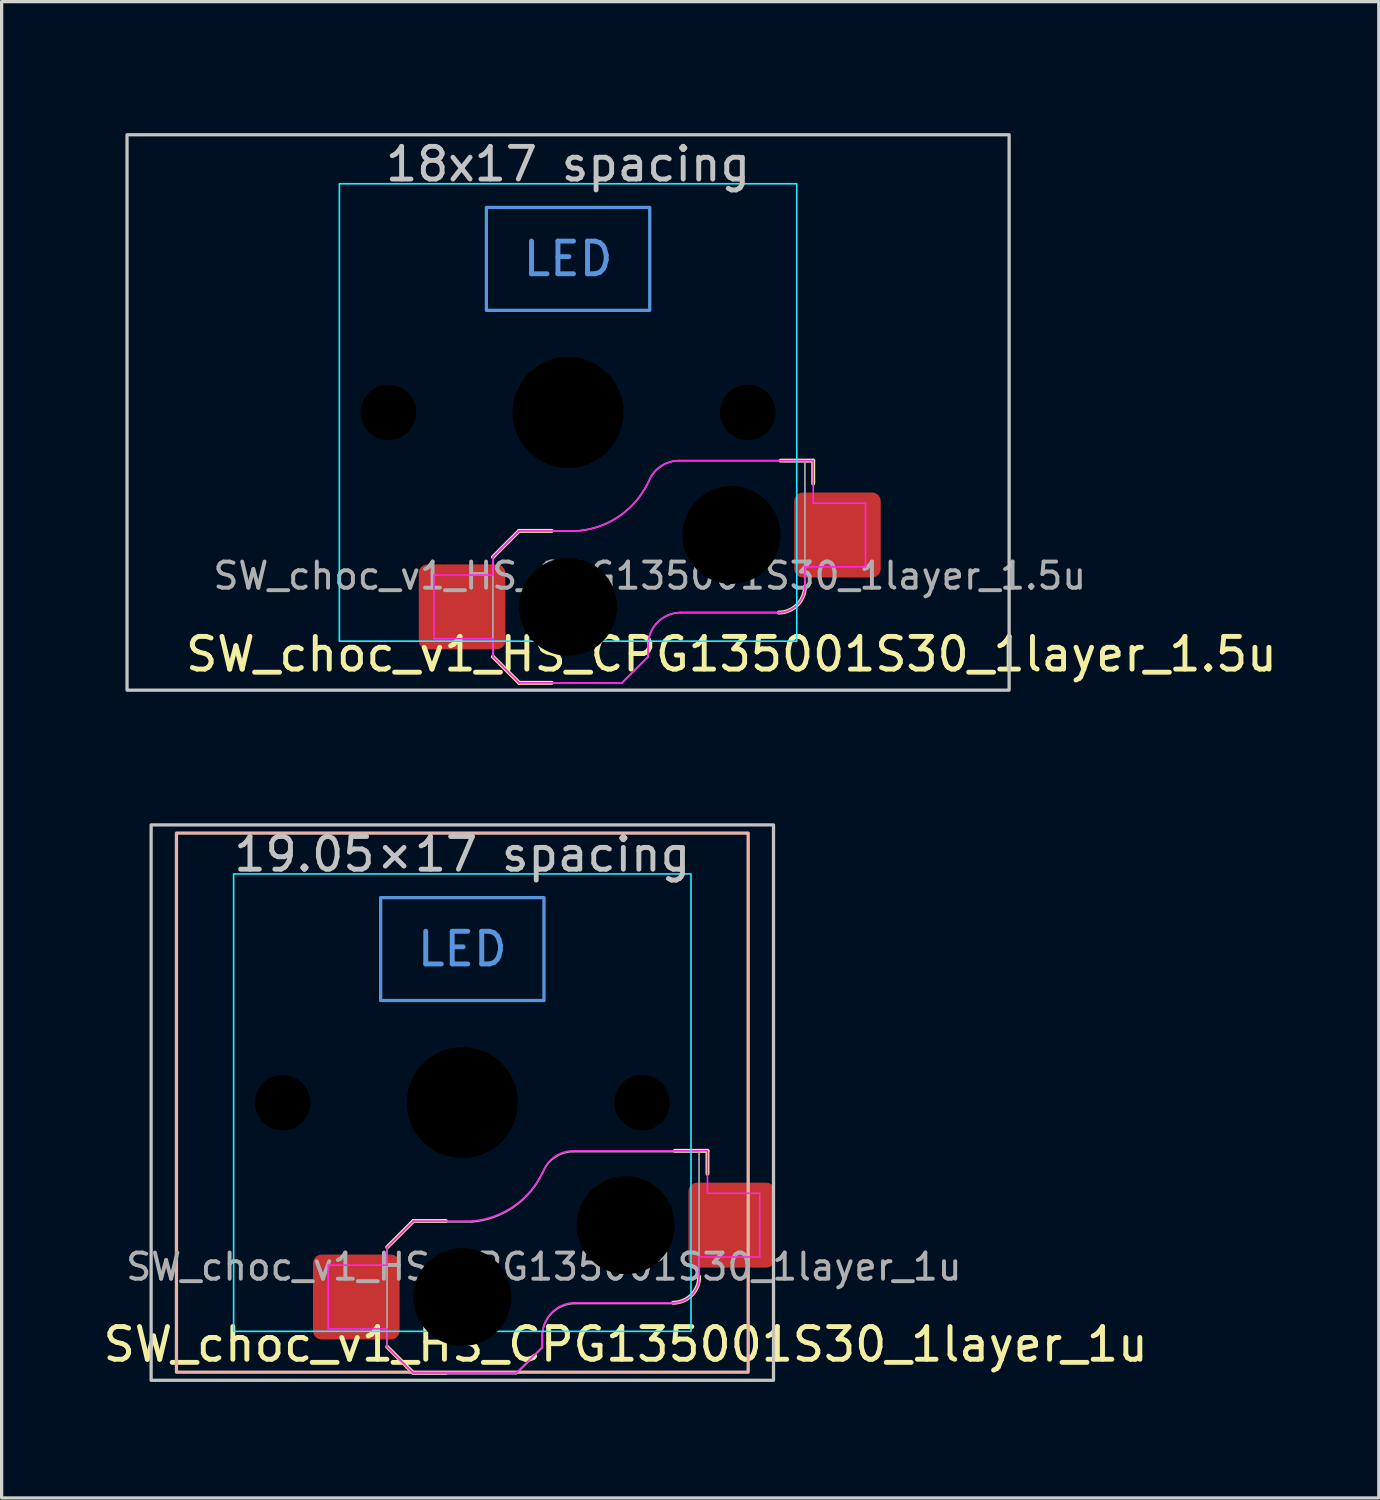
<source format=kicad_pcb>
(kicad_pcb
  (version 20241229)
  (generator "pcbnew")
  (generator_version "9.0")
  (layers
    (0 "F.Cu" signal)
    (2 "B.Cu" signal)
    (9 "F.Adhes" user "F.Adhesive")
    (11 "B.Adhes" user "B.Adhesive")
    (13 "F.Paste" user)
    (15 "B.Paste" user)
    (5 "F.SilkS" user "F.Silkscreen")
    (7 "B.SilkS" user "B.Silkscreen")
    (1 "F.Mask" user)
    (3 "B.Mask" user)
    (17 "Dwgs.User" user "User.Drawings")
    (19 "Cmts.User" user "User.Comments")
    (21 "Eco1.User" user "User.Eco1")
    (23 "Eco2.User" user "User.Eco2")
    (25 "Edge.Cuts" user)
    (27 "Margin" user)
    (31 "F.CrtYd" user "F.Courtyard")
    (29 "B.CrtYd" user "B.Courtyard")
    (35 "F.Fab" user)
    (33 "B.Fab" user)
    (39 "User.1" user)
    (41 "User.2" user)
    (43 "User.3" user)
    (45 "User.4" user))
  (footprint "SW_choc_v1_HS_CPG135001S30_1layer_1.5u"
    (layer "F.Cu")
    (at 14.338 9.575)
    (property "Reference" "SW_choc_v1_HS_CPG135001S30_1layer_1.5u" (at 5 7.4 180) (layer "F.SilkS") (effects (font (size 1 1) (thickness 0.15))))
    (attr smd)
    (fp_line (start -2.3 7.475) (end -1.5 8.275) (stroke (width 0.12) (type solid)) (layer "F.SilkS"))
    (fp_line (start -1.5 3.625) (end -2.3 4.425) (stroke (width 0.12) (type solid)) (layer "F.SilkS"))
    (fp_line (start -1.5 3.625) (end -0.5 3.625) (stroke (width 0.12) (type solid)) (layer "F.SilkS"))
    (fp_line (start -1.5 8.275) (end -0.5 8.275) (stroke (width 0.12) (type solid)) (layer "F.SilkS"))
    (fp_line (start 7.504 1.475) (end 6.504 1.475) (stroke (width 0.12) (type solid)) (layer "F.SilkS"))
    (fp_line (start 7.504 1.475) (end 7.504 2.175) (stroke (width 0.12) (type solid)) (layer "F.SilkS"))
    (fp_arc (start 7.25 5.325) (mid 7.015685 5.890685) (end 6.45 6.125) (stroke (width 0.12) (type solid)) (layer "F.SilkS"))
    (fp_rect (start -13.5 -8.5) (end 13.5 8.5) (stroke (width 0.1) (type default)) (fill no) (layer "Dwgs.User"))
    (fp_rect (start -2.5 -6.275) (end 2.5 -3.125) (stroke (width 0.1) (type default)) (fill no) (layer "Cmts.User"))
    (fp_rect (start -14.287 -9.525) (end 14.287 9.525) (stroke (width 0.1) (type default)) (fill no) (layer "Eco1.User"))
    (fp_line (start -6.95 -6.45) (end -6.95 6.45) (stroke (width 0.05) (type solid)) (layer "Eco2.User"))
    (fp_line (start -6.45 6.95) (end 6.45 6.95) (stroke (width 0.05) (type solid)) (layer "Eco2.User"))
    (fp_line (start 6.45 -6.95) (end -6.45 -6.95) (stroke (width 0.05) (type solid)) (layer "Eco2.User"))
    (fp_line (start 6.95 6.45) (end 6.95 -6.45) (stroke (width 0.05) (type solid)) (layer "Eco2.User"))
    (fp_arc (start -6.95 -6.45) (mid -6.803553 -6.803553) (end -6.45 -6.95) (stroke (width 0.05) (type solid)) (layer "Eco2.User"))
    (fp_arc (start -6.45 6.95) (mid -6.803553 6.803553) (end -6.95 6.45) (stroke (width 0.05) (type solid)) (layer "Eco2.User"))
    (fp_arc (start 6.45 -6.95) (mid 6.803553 -6.803553) (end 6.95 -6.45) (stroke (width 0.05) (type solid)) (layer "Eco2.User"))
    (fp_arc (start 6.95 6.45) (mid 6.803553 6.803553) (end 6.45 6.95) (stroke (width 0.05) (type solid)) (layer "Eco2.User"))
    (fp_rect (start -7 -7) (end 7 7) (stroke (width 0.05) (type default)) (fill no) (layer "B.CrtYd"))
    (fp_line (start -4.104 4.975) (end -4.104 6.925) (stroke (width 0.05) (type solid)) (layer "F.CrtYd"))
    (fp_line (start -4.104 4.975) (end -2.3 4.975) (stroke (width 0.05) (type solid)) (layer "F.CrtYd"))
    (fp_line (start -4.104 6.925) (end -2.3 6.925) (stroke (width 0.05) (type solid)) (layer "F.CrtYd"))
    (fp_line (start -2.3 4.975) (end -2.3 4.425) (stroke (width 0.05) (type solid)) (layer "F.CrtYd"))
    (fp_line (start -2.3 7.475) (end -2.3 6.925) (stroke (width 0.05) (type solid)) (layer "F.CrtYd"))
    (fp_line (start -2.3 7.475) (end -1.5 8.275) (stroke (width 0.05) (type solid)) (layer "F.CrtYd"))
    (fp_line (start -1.5 3.625) (end -2.3 4.425) (stroke (width 0.05) (type solid)) (layer "F.CrtYd"))
    (fp_line (start -1.5 3.625) (end 0.3 3.625) (stroke (width 0.05) (type solid)) (layer "F.CrtYd"))
    (fp_line (start -1.5 8.275) (end 1.65 8.275) (stroke (width 0.05) (type solid)) (layer "F.CrtYd"))
    (fp_line (start 2.45 7.475) (end 1.65 8.275) (stroke (width 0.05) (type solid)) (layer "F.CrtYd"))
    (fp_line (start 2.45 7.475) (end 2.45 7.125) (stroke (width 0.05) (type solid)) (layer "F.CrtYd"))
    (fp_line (start 3.45 6.125) (end 6.45 6.125) (stroke (width 0.05) (type solid)) (layer "F.CrtYd"))
    (fp_line (start 7.25 4.725) (end 9.104 4.725) (stroke (width 0.05) (type solid)) (layer "F.CrtYd"))
    (fp_line (start 7.25 5.325) (end 7.25 4.725) (stroke (width 0.05) (type solid)) (layer "F.CrtYd"))
    (fp_line (start 7.504 1.475) (end 3.4 1.475) (stroke (width 0.05) (type solid)) (layer "F.CrtYd"))
    (fp_line (start 7.504 1.475) (end 7.504 2.175) (stroke (width 0.05) (type solid)) (layer "F.CrtYd"))
    (fp_line (start 7.504 2.175) (end 7.504 2.775) (stroke (width 0.05) (type solid)) (layer "F.CrtYd"))
    (fp_line (start 9.104 2.775) (end 7.504 2.775) (stroke (width 0.05) (type solid)) (layer "F.CrtYd"))
    (fp_line (start 9.104 4.725) (end 9.104 2.775) (stroke (width 0.05) (type solid)) (layer "F.CrtYd"))
    (fp_arc (start 2.45 7.125) (mid 2.742893 6.417893) (end 3.45 6.125) (stroke (width 0.05) (type solid)) (layer "F.CrtYd"))
    (fp_arc (start 2.455444 2.13293) (mid 1.577272 3.167235) (end 0.299999 3.624999) (stroke (width 0.05) (type solid)) (layer "F.CrtYd"))
    (fp_arc (start 2.460307 2.13298) (mid 2.826423 1.655848) (end 3.4 1.475) (stroke (width 0.05) (type solid)) (layer "F.CrtYd"))
    (fp_arc (start 7.25 5.325) (mid 7.015685 5.890685) (end 6.45 6.125) (stroke (width 0.05) (type solid)) (layer "F.CrtYd"))
    (fp_line (start -2.3 7.475) (end -2.3 4.425) (stroke (width 0.05) (type solid)) (layer "F.Fab"))
    (fp_line (start -2.3 7.475) (end -1.5 8.275) (stroke (width 0.05) (type solid)) (layer "F.Fab"))
    (fp_line (start -1.5 3.625) (end -2.3 4.425) (stroke (width 0.05) (type solid)) (layer "F.Fab"))
    (fp_line (start -1.5 3.625) (end 0.3 3.625) (stroke (width 0.05) (type solid)) (layer "F.Fab"))
    (fp_line (start -1.5 8.275) (end 1.65 8.275) (stroke (width 0.05) (type solid)) (layer "F.Fab"))
    (fp_line (start 2.45 7.475) (end 1.65 8.275) (stroke (width 0.05) (type solid)) (layer "F.Fab"))
    (fp_line (start 2.45 7.475) (end 2.45 7.125) (stroke (width 0.05) (type solid)) (layer "F.Fab"))
    (fp_line (start 3.45 6.125) (end 6.45 6.125) (stroke (width 0.05) (type solid)) (layer "F.Fab"))
    (fp_line (start 7.25 1.475) (end 3.4 1.475) (stroke (width 0.05) (type solid)) (layer "F.Fab"))
    (fp_line (start 7.25 5.325) (end 7.25 1.475) (stroke (width 0.05) (type solid)) (layer "F.Fab"))
    (fp_arc (start 2.45 7.125) (mid 2.742893 6.417893) (end 3.45 6.125) (stroke (width 0.05) (type solid)) (layer "F.Fab"))
    (fp_arc (start 2.455444 2.13293) (mid 1.577272 3.167235) (end 0.299999 3.624999) (stroke (width 0.05) (type solid)) (layer "F.Fab"))
    (fp_arc (start 2.460307 2.13298) (mid 2.826423 1.655848) (end 3.4 1.475) (stroke (width 0.05) (type solid)) (layer "F.Fab"))
    (fp_arc (start 7.25 5.325) (mid 7.015685 5.890685) (end 6.45 6.125) (stroke (width 0.05) (type solid)) (layer "F.Fab"))
    (fp_rect (start -5.5 -1.35) (end -1.5 1.35) (stroke (width 0.1) (type default)) (fill no) (layer "User.3"))
    (fp_circle (center -5.5 0) (end -4.15 0) (stroke (width 0.1) (type default)) (fill no) (layer "User.3"))
    (fp_circle (center 0 0) (end 2.2 0) (stroke (width 0.1) (type default)) (fill no) (layer "User.3"))
    (fp_circle (center 5.5 0) (end 6.85 0) (stroke (width 0.1) (type default)) (fill no) (layer "User.3"))
    (fp_rect (start -3.745 4.15) (end -1.945 7.75) (stroke (width 0.1) (type default)) (fill no) (layer "User.4"))
    (fp_rect (start 6.945 1.95) (end 8.745 5.55) (stroke (width 0.1) (type default)) (fill no) (layer "User.4"))
    (fp_circle (center -3.745 5.95) (end -1.945 5.95) (stroke (width 0.1) (type default)) (fill no) (layer "User.4"))
    (fp_circle (center 0.1 5.85) (end 3.3 5.85) (stroke (width 0.1) (type default)) (fill no) (layer "User.4"))
    (fp_circle (center 5.6 3.65) (end 8.8 3.65) (stroke (width 0.1) (type default)) (fill no) (layer "User.4"))
    (fp_circle (center 8.745 3.75) (end 10.545 3.75) (stroke (width 0.1) (type default)) (fill no) (layer "User.4"))
    (fp_poly (pts (xy -1.124 2.893) (xy 4.447 0.665) (xy 6.824 6.607) (xy 1.253 8.835)) (stroke (width 0.1) (type default)) (fill no) (layer "User.4"))
    (fp_text user "18x17 spacing" (at 0 -7.6 180) (layer "Dwgs.User") (effects (font (size 1 1) (thickness 0.15))))
    (fp_text user "LED" (at 0 -4.7 0) (unlocked yes) (layer "Cmts.User") (effects (font (size 1 1) (thickness 0.15))))
    (fp_text user "19.05 spacing" (at 0 -8.7 180) (layer "Eco1.User") (effects (font (size 1 1) (thickness 0.15))))
    (fp_text user "${REFERENCE}" (at 2.5 5 0) (layer "F.Fab") (effects (font (size 0.8 0.8) (thickness 0.12))))
    (pad "" np_thru_hole circle (at -5.5 0 180) (size 1.7 1.7) (drill 1.7) (layers "F.Mask"))
    (pad "" np_thru_hole circle (at 0 0 180) (size 3.4 3.4) (drill 3.4) (layers "F.Mask"))
    (pad "" np_thru_hole circle (at 0 5.95) (size 3 3) (drill 3) (layers "F.Mask"))
    (pad "" np_thru_hole circle (at 5 3.75) (size 3 3) (drill 3) (layers "F.Mask"))
    (pad "" np_thru_hole circle (at 5.5 0 180) (size 1.7 1.7) (drill 1.7) (layers "F.Mask"))
    (pad "1" smd roundrect (at 8.245 3.75) (size 2.65 2.6) (layers "F.Cu" "F.Mask" "F.Paste") (roundrect_rratio 0.1))
    (pad "2" smd roundrect (at -3.245 5.95) (size 2.65 2.6) (layers "F.Cu" "F.Mask" "F.Paste") (roundrect_rratio 0.1)))
  (footprint "SW_choc_v1_HS_CPG135001S30_1layer_1u"
    (layer "F.Cu")
    (at 11.101 30.7)
    (property "Reference" "SW_choc_v1_HS_CPG135001S30_1layer_1u" (at 5 7.4 180) (layer "F.SilkS") (effects (font (size 1 1) (thickness 0.15))))
    (attr smd)
    (fp_line (start -2.3 7.475) (end -1.5 8.275) (stroke (width 0.12) (type solid)) (layer "F.SilkS"))
    (fp_line (start -1.5 3.625) (end -2.3 4.425) (stroke (width 0.12) (type solid)) (layer "F.SilkS"))
    (fp_line (start -1.5 3.625) (end -0.5 3.625) (stroke (width 0.12) (type solid)) (layer "F.SilkS"))
    (fp_line (start -1.5 8.275) (end -0.5 8.275) (stroke (width 0.12) (type solid)) (layer "F.SilkS"))
    (fp_line (start 7.504 1.475) (end 6.504 1.475) (stroke (width 0.12) (type solid)) (layer "F.SilkS"))
    (fp_line (start 7.504 1.475) (end 7.504 2.175) (stroke (width 0.12) (type solid)) (layer "F.SilkS"))
    (fp_arc (start 7.25 5.325) (mid 7.015685 5.890685) (end 6.45 6.125) (stroke (width 0.12) (type solid)) (layer "F.SilkS"))
    (fp_rect (start -8.75 -8.25) (end 8.75 8.25) (stroke (width 0.1) (type default)) (fill no) (layer "B.SilkS"))
    (fp_rect (start -9.525 -8.5) (end 9.525 8.5) (stroke (width 0.1) (type default)) (fill no) (layer "Dwgs.User"))
    (fp_rect (start -2.5 -6.275) (end 2.5 -3.125) (stroke (width 0.1) (type default)) (fill no) (layer "Cmts.User"))
    (fp_line (start -6.95 -6.45) (end -6.95 6.45) (stroke (width 0.05) (type solid)) (layer "Eco2.User"))
    (fp_line (start -6.45 6.95) (end 6.45 6.95) (stroke (width 0.05) (type solid)) (layer "Eco2.User"))
    (fp_line (start 6.45 -6.95) (end -6.45 -6.95) (stroke (width 0.05) (type solid)) (layer "Eco2.User"))
    (fp_line (start 6.95 6.45) (end 6.95 -6.45) (stroke (width 0.05) (type solid)) (layer "Eco2.User"))
    (fp_arc (start -6.95 -6.45) (mid -6.803553 -6.803553) (end -6.45 -6.95) (stroke (width 0.05) (type solid)) (layer "Eco2.User"))
    (fp_arc (start -6.45 6.95) (mid -6.803553 6.803553) (end -6.95 6.45) (stroke (width 0.05) (type solid)) (layer "Eco2.User"))
    (fp_arc (start 6.45 -6.95) (mid 6.803553 -6.803553) (end 6.95 -6.45) (stroke (width 0.05) (type solid)) (layer "Eco2.User"))
    (fp_arc (start 6.95 6.45) (mid 6.803553 6.803553) (end 6.45 6.95) (stroke (width 0.05) (type solid)) (layer "Eco2.User"))
    (fp_rect (start -7 -7) (end 7 7) (stroke (width 0.05) (type default)) (fill no) (layer "B.CrtYd"))
    (fp_line (start -4.104 4.975) (end -4.104 6.925) (stroke (width 0.05) (type solid)) (layer "F.CrtYd"))
    (fp_line (start -4.104 4.975) (end -2.3 4.975) (stroke (width 0.05) (type solid)) (layer "F.CrtYd"))
    (fp_line (start -4.104 6.925) (end -2.3 6.925) (stroke (width 0.05) (type solid)) (layer "F.CrtYd"))
    (fp_line (start -2.3 4.975) (end -2.3 4.425) (stroke (width 0.05) (type solid)) (layer "F.CrtYd"))
    (fp_line (start -2.3 7.475) (end -2.3 6.925) (stroke (width 0.05) (type solid)) (layer "F.CrtYd"))
    (fp_line (start -2.3 7.475) (end -1.5 8.275) (stroke (width 0.05) (type solid)) (layer "F.CrtYd"))
    (fp_line (start -1.5 3.625) (end -2.3 4.425) (stroke (width 0.05) (type solid)) (layer "F.CrtYd"))
    (fp_line (start -1.5 3.625) (end 0.3 3.625) (stroke (width 0.05) (type solid)) (layer "F.CrtYd"))
    (fp_line (start -1.5 8.275) (end 1.65 8.275) (stroke (width 0.05) (type solid)) (layer "F.CrtYd"))
    (fp_line (start 2.45 7.475) (end 1.65 8.275) (stroke (width 0.05) (type solid)) (layer "F.CrtYd"))
    (fp_line (start 2.45 7.475) (end 2.45 7.125) (stroke (width 0.05) (type solid)) (layer "F.CrtYd"))
    (fp_line (start 3.45 6.125) (end 6.45 6.125) (stroke (width 0.05) (type solid)) (layer "F.CrtYd"))
    (fp_line (start 7.25 4.725) (end 9.104 4.725) (stroke (width 0.05) (type solid)) (layer "F.CrtYd"))
    (fp_line (start 7.25 5.325) (end 7.25 4.725) (stroke (width 0.05) (type solid)) (layer "F.CrtYd"))
    (fp_line (start 7.504 1.475) (end 3.4 1.475) (stroke (width 0.05) (type solid)) (layer "F.CrtYd"))
    (fp_line (start 7.504 1.475) (end 7.504 2.175) (stroke (width 0.05) (type solid)) (layer "F.CrtYd"))
    (fp_line (start 7.504 2.175) (end 7.504 2.775) (stroke (width 0.05) (type solid)) (layer "F.CrtYd"))
    (fp_line (start 9.104 2.775) (end 7.504 2.775) (stroke (width 0.05) (type solid)) (layer "F.CrtYd"))
    (fp_line (start 9.104 4.725) (end 9.104 2.775) (stroke (width 0.05) (type solid)) (layer "F.CrtYd"))
    (fp_arc (start 2.45 7.125) (mid 2.742893 6.417893) (end 3.45 6.125) (stroke (width 0.05) (type solid)) (layer "F.CrtYd"))
    (fp_arc (start 2.455444 2.13293) (mid 1.577272 3.167235) (end 0.299999 3.624999) (stroke (width 0.05) (type solid)) (layer "F.CrtYd"))
    (fp_arc (start 2.460307 2.13298) (mid 2.826423 1.655848) (end 3.4 1.475) (stroke (width 0.05) (type solid)) (layer "F.CrtYd"))
    (fp_arc (start 7.25 5.325) (mid 7.015685 5.890685) (end 6.45 6.125) (stroke (width 0.05) (type solid)) (layer "F.CrtYd"))
    (fp_line (start -2.304 7.5) (end -2.304 4.45) (stroke (width 0.05) (type solid)) (layer "F.Fab"))
    (fp_line (start -2.304 7.5) (end -1.504 8.3) (stroke (width 0.05) (type solid)) (layer "F.Fab"))
    (fp_line (start -1.504 3.65) (end -2.304 4.45) (stroke (width 0.05) (type solid)) (layer "F.Fab"))
    (fp_line (start -1.504 3.65) (end 0.296 3.65) (stroke (width 0.05) (type solid)) (layer "F.Fab"))
    (fp_line (start -1.504 8.3) (end 1.646 8.3) (stroke (width 0.05) (type solid)) (layer "F.Fab"))
    (fp_line (start 2.446 7.5) (end 1.646 8.3) (stroke (width 0.05) (type solid)) (layer "F.Fab"))
    (fp_line (start 2.446 7.5) (end 2.446 7.15) (stroke (width 0.05) (type solid)) (layer "F.Fab"))
    (fp_line (start 3.446 6.15) (end 6.446 6.15) (stroke (width 0.05) (type solid)) (layer "F.Fab"))
    (fp_line (start 7.246 1.5) (end 3.396 1.5) (stroke (width 0.05) (type solid)) (layer "F.Fab"))
    (fp_line (start 7.246 5.35) (end 7.246 1.5) (stroke (width 0.05) (type solid)) (layer "F.Fab"))
    (fp_arc (start 2.446 7.15) (mid 2.738893 6.442893) (end 3.446 6.15) (stroke (width 0.05) (type solid)) (layer "F.Fab"))
    (fp_arc (start 2.451444 2.15793) (mid 1.573272 3.192235) (end 0.295999 3.649999) (stroke (width 0.05) (type solid)) (layer "F.Fab"))
    (fp_arc (start 2.456307 2.15798) (mid 2.822423 1.680848) (end 3.396 1.5) (stroke (width 0.05) (type solid)) (layer "F.Fab"))
    (fp_arc (start 7.246 5.35) (mid 7.011685 5.915685) (end 6.446 6.15) (stroke (width 0.05) (type solid)) (layer "F.Fab"))
    (fp_poly (pts (xy -2.667 1.35) (xy -5.5 1.35) (xy -5.618 1.347) (xy -5.85 1.306) (xy -6.072 1.226) (xy -6.276 1.108) (xy -6.456 0.956) (xy -6.608 0.776) (xy -6.726 0.572) (xy -6.806 0.35) (xy -6.847 0.118) (xy -6.847 -0.118) (xy -6.806 -0.35) (xy -6.726 -0.572) (xy -6.608 -0.776) (xy -6.456 -0.956) (xy -6.276 -1.108) (xy -6.072 -1.226) (xy -5.85 -1.306) (xy -5.618 -1.347) (xy -5.5 -1.35) (xy -1.8 -1.35) (xy -1.709 -1.468) (xy -1.5 -1.681) (xy -1.265 -1.864) (xy -1.007 -2.015) (xy -0.732 -2.13) (xy -0.445 -2.208) (xy -0.149 -2.248) (xy 0 -2.25) (xy 0.149 -2.248) (xy 0.445 -2.208) (xy 0.732 -2.13) (xy 1.007 -2.015) (xy 1.265 -1.864) (xy 1.5 -1.681) (xy 1.709 -1.468) (xy 1.8 -1.35) (xy 5.5 -1.35) (xy 5.618 -1.347) (xy 5.85 -1.306) (xy 6.072 -1.226) (xy 6.276 -1.108) (xy 6.456 -0.956) (xy 6.608 -0.776) (xy 6.726 -0.572) (xy 6.806 -0.35) (xy 6.847 -0.118) (xy 6.847 0.118) (xy 6.806 0.35) (xy 6.726 0.572) (xy 6.608 0.776) (xy 6.456 0.956) (xy 6.276 1.108) (xy 6.072 1.226) (xy 5.85 1.306) (xy 5.618 1.347) (xy 5.5 1.35) (xy -2.667 4.318)) (stroke (width 0.1) (type solid)) (fill no) (layer "User.3"))
    (fp_poly (pts (arc (start 8.175246 5.55) (mid 7.955705 5.816236) (end 6.822737 6.607491)) (arc (start 1.323661 8.806964) (mid -1.215139 8.767429) (end -2.475068 7.75)) (arc (start -3.745 7.75) (mid -5.545 5.95) (end -3.745 4.15)) (arc (start -2.611439 4.15) (mid -2.194842 3.619391) (end -1.052938 2.864593)) (arc (start 4.447039 0.664758) (mid 7.031336 0.787787) (end 8.31127 1.95)) (arc (start 8.745 1.95) (mid 10.545 3.75) (end 8.745 5.55))) (stroke (width 0.1) (type solid)) (fill no) (layer "User.4"))
    (fp_text user "19.05×17 spacing" (at 0 -7.6 180) (layer "Dwgs.User") (effects (font (size 1 1) (thickness 0.15))))
    (fp_text user "LED" (at 0 -4.7 0) (unlocked yes) (layer "Cmts.User") (effects (font (size 1 1) (thickness 0.15))))
    (fp_text user "${REFERENCE}" (at 2.496 5.025 0) (layer "F.Fab") (effects (font (size 0.8 0.8) (thickness 0.12))))
    (pad "" np_thru_hole circle (at -5.5 0 180) (size 1.7 1.7) (drill 1.7) (layers "F.Mask"))
    (pad "" np_thru_hole circle (at 0 0 180) (size 3.4 3.4) (drill 3.4) (layers "F.Mask"))
    (pad "" np_thru_hole circle (at 0 5.95) (size 3 3) (drill 3) (layers "F.Mask"))
    (pad "" np_thru_hole circle (at 5 3.75) (size 3 3) (drill 3) (layers "F.Mask"))
    (pad "" np_thru_hole circle (at 5.5 0 180) (size 1.7 1.7) (drill 1.7) (layers "F.Mask"))
    (pad "1" smd roundrect (at 8.245 3.75) (size 2.65 2.6) (layers "F.Cu" "F.Mask" "F.Paste") (roundrect_rratio 0.1))
    (pad "2" smd roundrect (at -3.245 5.95) (size 2.65 2.6) (layers "F.Cu" "F.Mask" "F.Paste") (roundrect_rratio 0.1)))
  (gr_rect
    (start -3 -3)
    (end 39.153 42.8)
    (stroke (width 0.1) (type default))
    (fill no)
    (layer "Edge.Cuts")))
</source>
